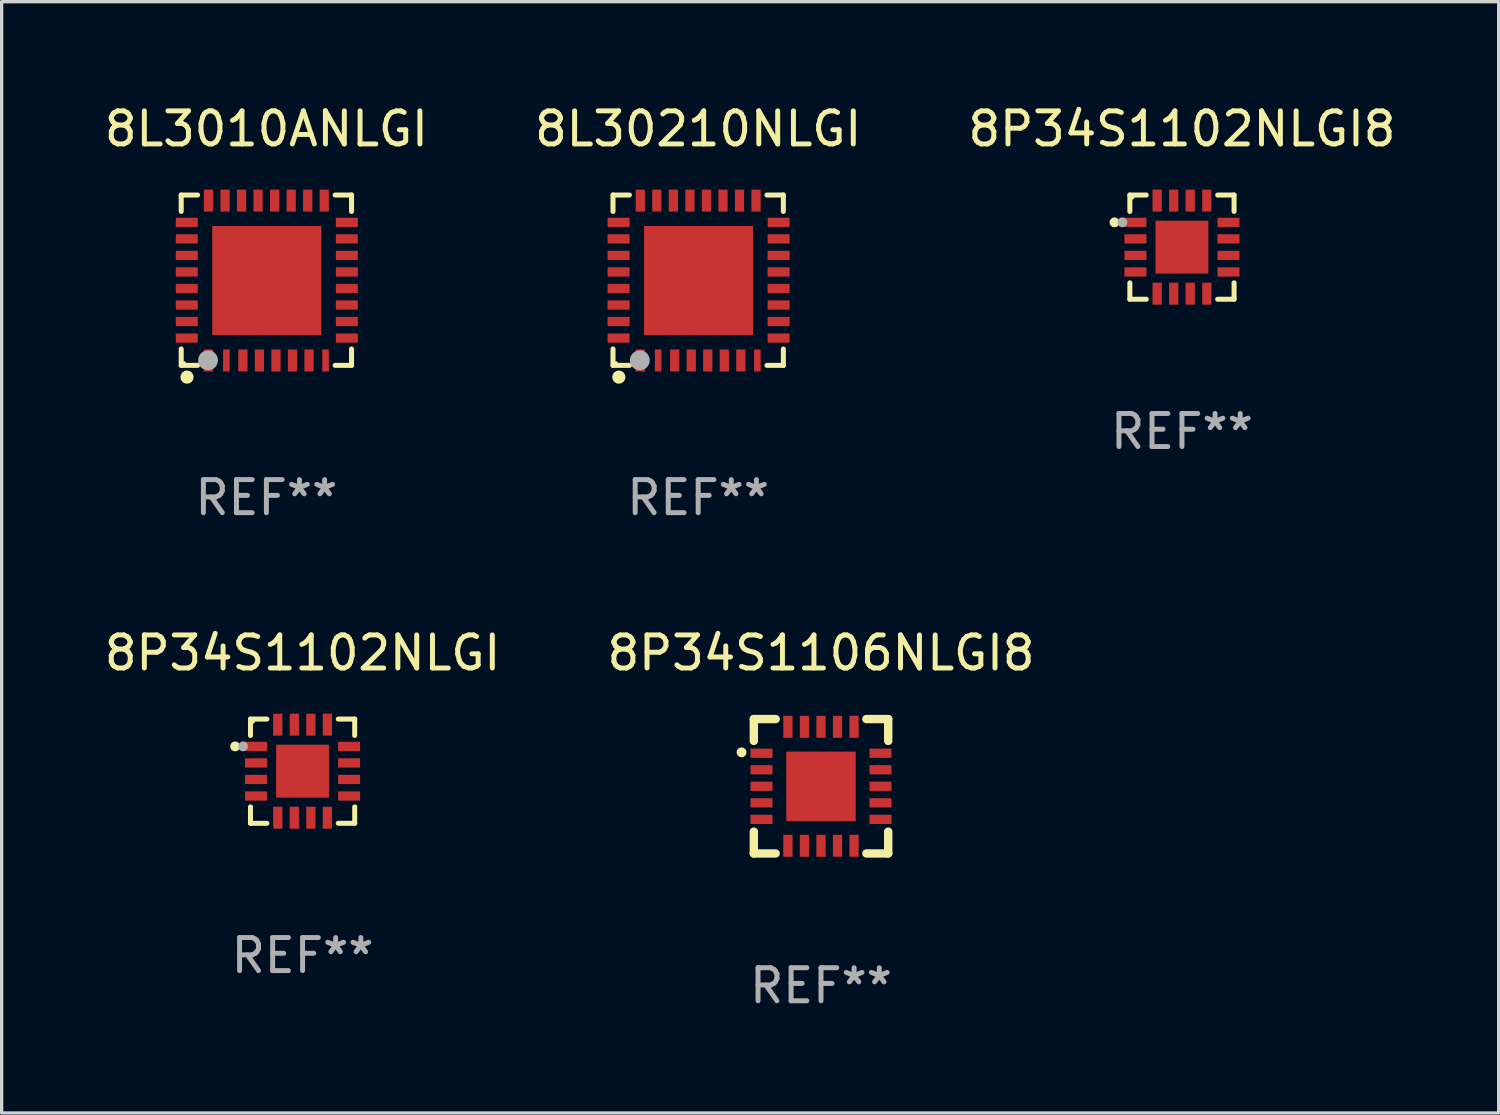
<source format=kicad_pcb>
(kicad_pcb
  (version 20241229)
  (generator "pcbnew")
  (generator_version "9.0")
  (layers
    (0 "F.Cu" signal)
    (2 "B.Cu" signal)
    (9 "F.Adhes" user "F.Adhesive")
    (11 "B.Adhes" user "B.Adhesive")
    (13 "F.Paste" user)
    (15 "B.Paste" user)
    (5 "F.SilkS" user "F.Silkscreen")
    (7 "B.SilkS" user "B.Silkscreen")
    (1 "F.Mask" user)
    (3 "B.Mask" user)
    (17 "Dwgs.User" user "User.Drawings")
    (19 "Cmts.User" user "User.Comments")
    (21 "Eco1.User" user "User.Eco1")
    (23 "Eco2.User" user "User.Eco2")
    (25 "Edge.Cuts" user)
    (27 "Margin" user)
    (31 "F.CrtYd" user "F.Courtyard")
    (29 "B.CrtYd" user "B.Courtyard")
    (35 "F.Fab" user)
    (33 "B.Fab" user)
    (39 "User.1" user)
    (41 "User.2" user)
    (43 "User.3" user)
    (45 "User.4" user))
  (footprint "8P34S1106NLGI8"
    (layer "F.Cu")
    (at 21.78 20.729)
    (property "Reference" "8P34S1106NLGI8" (at 0 -4.032 0) (layer "F.SilkS") (effects (font (size 1 1) (thickness 0.15))))
    (attr through_hole)
    (fp_line (start -2.032 -2.032) (end -1.372 -2.032) (stroke (width 0.254) (type solid)) (layer "F.SilkS"))
    (fp_line (start -2.032 -1.372) (end -2.032 -2.032) (stroke (width 0.254) (type solid)) (layer "F.SilkS"))
    (fp_line (start -2.032 2.032) (end -2.032 1.372) (stroke (width 0.254) (type solid)) (layer "F.SilkS"))
    (fp_line (start -1.372 2.032) (end -2.032 2.032) (stroke (width 0.254) (type solid)) (layer "F.SilkS"))
    (fp_line (start 1.372 -2.032) (end 2.032 -2.032) (stroke (width 0.254) (type solid)) (layer "F.SilkS"))
    (fp_line (start 2.032 -2.032) (end 2.032 -1.372) (stroke (width 0.254) (type solid)) (layer "F.SilkS"))
    (fp_line (start 2.032 1.372) (end 2.032 2.032) (stroke (width 0.254) (type solid)) (layer "F.SilkS"))
    (fp_line (start 2.032 2.032) (end 1.372 2.032) (stroke (width 0.254) (type solid)) (layer "F.SilkS"))
    (fp_circle (center -2.403 -1.026) (end -2.328 -1.026) (stroke (width 0.15) (type solid)) (fill no) (layer "F.SilkS"))
    (fp_text user "REF**" (at 0 6.032 0) (layer "F.Fab") (effects (font (size 1 1) (thickness 0.15))))
    (pad "1" smd rect (at -1.8 -0.999) (size 0.665 0.28) (layers "F.Cu" "F.Mask" "F.Paste"))
    (pad "2" smd rect (at -1.8 -0.499) (size 0.665 0.28) (layers "F.Cu" "F.Mask" "F.Paste"))
    (pad "3" smd rect (at -1.8 0.001) (size 0.665 0.28) (layers "F.Cu" "F.Mask" "F.Paste"))
    (pad "4" smd rect (at -1.8 0.501) (size 0.665 0.28) (layers "F.Cu" "F.Mask" "F.Paste"))
    (pad "5" smd rect (at -1.8 1.001) (size 0.665 0.28) (layers "F.Cu" "F.Mask" "F.Paste"))
    (pad "6" smd rect (at -1.001 1.8) (size 0.28 0.665) (layers "F.Cu" "F.Mask" "F.Paste"))
    (pad "7" smd rect (at -0.501 1.8) (size 0.28 0.665) (layers "F.Cu" "F.Mask" "F.Paste"))
    (pad "8" smd rect (at -0.001 1.8) (size 0.28 0.665) (layers "F.Cu" "F.Mask" "F.Paste"))
    (pad "9" smd rect (at 0.499 1.8) (size 0.28 0.665) (layers "F.Cu" "F.Mask" "F.Paste"))
    (pad "10" smd rect (at 0.999 1.8) (size 0.28 0.665) (layers "F.Cu" "F.Mask" "F.Paste"))
    (pad "11" smd rect (at 1.799 1.001) (size 0.665 0.28) (layers "F.Cu" "F.Mask" "F.Paste"))
    (pad "12" smd rect (at 1.799 0.501) (size 0.665 0.28) (layers "F.Cu" "F.Mask" "F.Paste"))
    (pad "13" smd rect (at 1.799 0.001) (size 0.665 0.28) (layers "F.Cu" "F.Mask" "F.Paste"))
    (pad "14" smd rect (at 1.799 -0.499) (size 0.665 0.28) (layers "F.Cu" "F.Mask" "F.Paste"))
    (pad "15" smd rect (at 1.799 -0.999) (size 0.665 0.28) (layers "F.Cu" "F.Mask" "F.Paste"))
    (pad "16" smd rect (at 0.999 -1.799) (size 0.28 0.665) (layers "F.Cu" "F.Mask" "F.Paste"))
    (pad "17" smd rect (at 0.499 -1.799) (size 0.28 0.665) (layers "F.Cu" "F.Mask" "F.Paste"))
    (pad "18" smd rect (at -0.001 -1.799) (size 0.28 0.665) (layers "F.Cu" "F.Mask" "F.Paste"))
    (pad "19" smd rect (at -0.501 -1.799) (size 0.28 0.665) (layers "F.Cu" "F.Mask" "F.Paste"))
    (pad "20" smd rect (at -1.001 -1.799) (size 0.28 0.665) (layers "F.Cu" "F.Mask" "F.Paste"))
    (pad "21" smd rect (at -0.001 0.001) (size 2.1 2.1) (layers "F.Cu" "F.Mask" "F.Paste")))
  (footprint "8L30210NLGI"
    (layer "F.Cu")
    (at 18.065 5.424)
    (property "Reference" "8L30210NLGI" (at 0 -4.576 0) (layer "F.SilkS") (effects (font (size 1 1) (thickness 0.15))))
    (attr through_hole)
    (fp_line (start -2.576 -2.576) (end -2.576 -2.08) (stroke (width 0.152) (type solid)) (layer "F.SilkS"))
    (fp_line (start -2.576 2.576) (end -2.576 2.08) (stroke (width 0.152) (type solid)) (layer "F.SilkS"))
    (fp_line (start -2.08 -2.576) (end -2.576 -2.576) (stroke (width 0.152) (type solid)) (layer "F.SilkS"))
    (fp_line (start -2.08 2.576) (end -2.576 2.576) (stroke (width 0.152) (type solid)) (layer "F.SilkS"))
    (fp_line (start 2.08 -2.576) (end 2.576 -2.576) (stroke (width 0.152) (type solid)) (layer "F.SilkS"))
    (fp_line (start 2.08 2.576) (end 2.576 2.576) (stroke (width 0.152) (type solid)) (layer "F.SilkS"))
    (fp_line (start 2.576 -2.576) (end 2.576 -2.08) (stroke (width 0.152) (type solid)) (layer "F.SilkS"))
    (fp_line (start 2.576 2.576) (end 2.576 2.08) (stroke (width 0.152) (type solid)) (layer "F.SilkS"))
    (fp_circle (center -2.487 2.51) (end -2.457 2.51) (stroke (width 0.06) (type solid)) (fill no) (layer "F.SilkS"))
    (fp_circle (center -2.4 2.931) (end -2.3 2.931) (stroke (width 0.2) (type solid)) (fill no) (layer "F.SilkS"))
    (fp_circle (center -1.765 2.423) (end -1.615 2.423) (stroke (width 0.3) (type solid)) (fill no) (layer "F.Fab"))
    (fp_text user "REF**" (at 0 6.576 0) (layer "F.Fab") (effects (font (size 1 1) (thickness 0.15))))
    (pad "1" smd rect (at -1.75 2.428) (size 0.28 0.665) (layers "F.Cu" "F.Mask" "F.Paste"))
    (pad "2" smd rect (at -1.21 2.428) (size 0.2 0.665) (layers "F.Cu" "F.Mask" "F.Paste"))
    (pad "3" smd rect (at -0.71 2.428) (size 0.28 0.665) (layers "F.Cu" "F.Mask" "F.Paste"))
    (pad "4" smd rect (at -0.21 2.428) (size 0.28 0.665) (layers "F.Cu" "F.Mask" "F.Paste"))
    (pad "5" smd rect (at 0.29 2.428) (size 0.28 0.665) (layers "F.Cu" "F.Mask" "F.Paste"))
    (pad "6" smd rect (at 0.79 2.428) (size 0.28 0.665) (layers "F.Cu" "F.Mask" "F.Paste"))
    (pad "7" smd rect (at 1.29 2.428) (size 0.28 0.665) (layers "F.Cu" "F.Mask" "F.Paste"))
    (pad "8" smd rect (at 1.79 2.428) (size 0.2 0.665) (layers "F.Cu" "F.Mask" "F.Paste"))
    (pad "9" smd rect (at 2.433 1.75) (size 0.665 0.28) (layers "F.Cu" "F.Mask" "F.Paste"))
    (pad "10" smd rect (at 2.433 1.25) (size 0.665 0.28) (layers "F.Cu" "F.Mask" "F.Paste"))
    (pad "11" smd rect (at 2.433 0.75) (size 0.665 0.28) (layers "F.Cu" "F.Mask" "F.Paste"))
    (pad "12" smd rect (at 2.433 0.25) (size 0.665 0.28) (layers "F.Cu" "F.Mask" "F.Paste"))
    (pad "13" smd rect (at 2.433 -0.25) (size 0.665 0.28) (layers "F.Cu" "F.Mask" "F.Paste"))
    (pad "14" smd rect (at 2.433 -0.75) (size 0.665 0.28) (layers "F.Cu" "F.Mask" "F.Paste"))
    (pad "15" smd rect (at 2.433 -1.25) (size 0.665 0.28) (layers "F.Cu" "F.Mask" "F.Paste"))
    (pad "16" smd rect (at 2.433 -1.75) (size 0.665 0.28) (layers "F.Cu" "F.Mask" "F.Paste"))
    (pad "17" smd rect (at 1.75 -2.407) (size 0.28 0.665) (layers "F.Cu" "F.Mask" "F.Paste"))
    (pad "18" smd rect (at 1.25 -2.407) (size 0.28 0.665) (layers "F.Cu" "F.Mask" "F.Paste"))
    (pad "19" smd rect (at 0.75 -2.407) (size 0.28 0.665) (layers "F.Cu" "F.Mask" "F.Paste"))
    (pad "20" smd rect (at 0.25 -2.407) (size 0.28 0.665) (layers "F.Cu" "F.Mask" "F.Paste"))
    (pad "21" smd rect (at -0.25 -2.407) (size 0.28 0.665) (layers "F.Cu" "F.Mask" "F.Paste"))
    (pad "22" smd rect (at -0.75 -2.407) (size 0.28 0.665) (layers "F.Cu" "F.Mask" "F.Paste"))
    (pad "23" smd rect (at -1.25 -2.407) (size 0.28 0.665) (layers "F.Cu" "F.Mask" "F.Paste"))
    (pad "24" smd rect (at -1.75 -2.407) (size 0.28 0.665) (layers "F.Cu" "F.Mask" "F.Paste"))
    (pad "25" smd rect (at -2.407 -1.75) (size 0.665 0.28) (layers "F.Cu" "F.Mask" "F.Paste"))
    (pad "26" smd rect (at -2.407 -1.25) (size 0.665 0.28) (layers "F.Cu" "F.Mask" "F.Paste"))
    (pad "27" smd rect (at -2.407 -0.75) (size 0.665 0.28) (layers "F.Cu" "F.Mask" "F.Paste"))
    (pad "28" smd rect (at -2.407 -0.25) (size 0.665 0.28) (layers "F.Cu" "F.Mask" "F.Paste"))
    (pad "29" smd rect (at -2.407 0.25) (size 0.665 0.28) (layers "F.Cu" "F.Mask" "F.Paste"))
    (pad "30" smd rect (at -2.407 0.75) (size 0.665 0.28) (layers "F.Cu" "F.Mask" "F.Paste"))
    (pad "31" smd rect (at -2.407 1.25) (size 0.665 0.28) (layers "F.Cu" "F.Mask" "F.Paste"))
    (pad "32" smd rect (at -2.407 1.75) (size 0.665 0.28) (layers "F.Cu" "F.Mask" "F.Paste"))
    (pad "33" smd rect (at 0.013 0.01) (size 3.3 3.3) (layers "F.Cu" "F.Mask" "F.Paste")))
  (footprint "8P34S1102NLGI"
    (layer "F.Cu")
    (at 6.101 20.273)
    (property "Reference" "8P34S1102NLGI" (at 0 -3.576 0) (layer "F.SilkS") (effects (font (size 1 1) (thickness 0.15))))
    (attr through_hole)
    (fp_line (start -1.576 -1.576) (end -1.576 -1.08) (stroke (width 0.152) (type solid)) (layer "F.SilkS"))
    (fp_line (start -1.576 1.576) (end -1.576 1.08) (stroke (width 0.152) (type solid)) (layer "F.SilkS"))
    (fp_line (start -1.08 -1.576) (end -1.576 -1.576) (stroke (width 0.152) (type solid)) (layer "F.SilkS"))
    (fp_line (start -1.08 1.576) (end -1.576 1.576) (stroke (width 0.152) (type solid)) (layer "F.SilkS"))
    (fp_line (start 1.08 -1.576) (end 1.576 -1.576) (stroke (width 0.152) (type solid)) (layer "F.SilkS"))
    (fp_line (start 1.08 1.576) (end 1.576 1.576) (stroke (width 0.152) (type solid)) (layer "F.SilkS"))
    (fp_line (start 1.576 -1.576) (end 1.576 -1.08) (stroke (width 0.152) (type solid)) (layer "F.SilkS"))
    (fp_line (start 1.576 1.576) (end 1.576 1.08) (stroke (width 0.152) (type solid)) (layer "F.SilkS"))
    (fp_circle (center -2.04 -0.75) (end -1.965 -0.75) (stroke (width 0.15) (type solid)) (fill no) (layer "F.SilkS"))
    (fp_circle (center -1.5 -1.5) (end -1.47 -1.5) (stroke (width 0.06) (type solid)) (fill no) (layer "F.SilkS"))
    (fp_circle (center -1.8 -0.75) (end -1.725 -0.75) (stroke (width 0.15) (type solid)) (fill no) (layer "F.Fab"))
    (fp_text user "REF**" (at 0 5.576 0) (layer "F.Fab") (effects (font (size 1 1) (thickness 0.15))))
    (pad "1" smd rect (at -1.407 -0.75 270) (size 0.28 0.665) (layers "F.Cu" "F.Mask" "F.Paste"))
    (pad "2" smd rect (at -1.407 -0.25 270) (size 0.28 0.665) (layers "F.Cu" "F.Mask" "F.Paste"))
    (pad "3" smd rect (at -1.407 0.25 270) (size 0.28 0.665) (layers "F.Cu" "F.Mask" "F.Paste"))
    (pad "4" smd rect (at -1.407 0.75 270) (size 0.28 0.665) (layers "F.Cu" "F.Mask" "F.Paste"))
    (pad "5" smd rect (at -0.75 1.407 270) (size 0.665 0.28) (layers "F.Cu" "F.Mask" "F.Paste"))
    (pad "6" smd rect (at -0.25 1.407 270) (size 0.665 0.28) (layers "F.Cu" "F.Mask" "F.Paste"))
    (pad "7" smd rect (at 0.25 1.407 270) (size 0.665 0.28) (layers "F.Cu" "F.Mask" "F.Paste"))
    (pad "8" smd rect (at 0.75 1.407 270) (size 0.665 0.28) (layers "F.Cu" "F.Mask" "F.Paste"))
    (pad "9" smd rect (at 1.407 0.75 270) (size 0.28 0.665) (layers "F.Cu" "F.Mask" "F.Paste"))
    (pad "10" smd rect (at 1.407 0.25 270) (size 0.28 0.665) (layers "F.Cu" "F.Mask" "F.Paste"))
    (pad "11" smd rect (at 1.407 -0.25 270) (size 0.28 0.665) (layers "F.Cu" "F.Mask" "F.Paste"))
    (pad "12" smd rect (at 1.407 -0.75 270) (size 0.28 0.665) (layers "F.Cu" "F.Mask" "F.Paste"))
    (pad "13" smd rect (at 0.75 -1.407 270) (size 0.665 0.28) (layers "F.Cu" "F.Mask" "F.Paste"))
    (pad "14" smd rect (at 0.25 -1.407 270) (size 0.665 0.28) (layers "F.Cu" "F.Mask" "F.Paste"))
    (pad "15" smd rect (at -0.25 -1.407 270) (size 0.665 0.28) (layers "F.Cu" "F.Mask" "F.Paste"))
    (pad "16" smd rect (at -0.75 -1.407 270) (size 0.665 0.28) (layers "F.Cu" "F.Mask" "F.Paste"))
    (pad "17" smd rect (at 0 0 270) (size 1.6 1.6) (layers "F.Cu" "F.Mask" "F.Paste")))
  (footprint "8P34S1102NLGI8"
    (layer "F.Cu")
    (at 32.696 4.424)
    (property "Reference" "8P34S1102NLGI8" (at 0 -3.576 0) (layer "F.SilkS") (effects (font (size 1 1) (thickness 0.15))))
    (attr through_hole)
    (fp_line (start -1.576 -1.576) (end -1.576 -1.08) (stroke (width 0.152) (type solid)) (layer "F.SilkS"))
    (fp_line (start -1.576 1.576) (end -1.576 1.08) (stroke (width 0.152) (type solid)) (layer "F.SilkS"))
    (fp_line (start -1.08 -1.576) (end -1.576 -1.576) (stroke (width 0.152) (type solid)) (layer "F.SilkS"))
    (fp_line (start -1.08 1.576) (end -1.576 1.576) (stroke (width 0.152) (type solid)) (layer "F.SilkS"))
    (fp_line (start 1.08 -1.576) (end 1.576 -1.576) (stroke (width 0.152) (type solid)) (layer "F.SilkS"))
    (fp_line (start 1.08 1.576) (end 1.576 1.576) (stroke (width 0.152) (type solid)) (layer "F.SilkS"))
    (fp_line (start 1.576 -1.576) (end 1.576 -1.08) (stroke (width 0.152) (type solid)) (layer "F.SilkS"))
    (fp_line (start 1.576 1.576) (end 1.576 1.08) (stroke (width 0.152) (type solid)) (layer "F.SilkS"))
    (fp_circle (center -2.04 -0.75) (end -1.965 -0.75) (stroke (width 0.15) (type solid)) (fill no) (layer "F.SilkS"))
    (fp_circle (center -1.5 -1.5) (end -1.47 -1.5) (stroke (width 0.06) (type solid)) (fill no) (layer "F.SilkS"))
    (fp_circle (center -1.8 -0.75) (end -1.725 -0.75) (stroke (width 0.15) (type solid)) (fill no) (layer "F.Fab"))
    (fp_text user "REF**" (at 0 5.576 0) (layer "F.Fab") (effects (font (size 1 1) (thickness 0.15))))
    (pad "1" smd rect (at -1.407 -0.75 270) (size 0.28 0.665) (layers "F.Cu" "F.Mask" "F.Paste"))
    (pad "2" smd rect (at -1.407 -0.25 270) (size 0.28 0.665) (layers "F.Cu" "F.Mask" "F.Paste"))
    (pad "3" smd rect (at -1.407 0.25 270) (size 0.28 0.665) (layers "F.Cu" "F.Mask" "F.Paste"))
    (pad "4" smd rect (at -1.407 0.75 270) (size 0.28 0.665) (layers "F.Cu" "F.Mask" "F.Paste"))
    (pad "5" smd rect (at -0.75 1.407 270) (size 0.665 0.28) (layers "F.Cu" "F.Mask" "F.Paste"))
    (pad "6" smd rect (at -0.25 1.407 270) (size 0.665 0.28) (layers "F.Cu" "F.Mask" "F.Paste"))
    (pad "7" smd rect (at 0.25 1.407 270) (size 0.665 0.28) (layers "F.Cu" "F.Mask" "F.Paste"))
    (pad "8" smd rect (at 0.75 1.407 270) (size 0.665 0.28) (layers "F.Cu" "F.Mask" "F.Paste"))
    (pad "9" smd rect (at 1.407 0.75 270) (size 0.28 0.665) (layers "F.Cu" "F.Mask" "F.Paste"))
    (pad "10" smd rect (at 1.407 0.25 270) (size 0.28 0.665) (layers "F.Cu" "F.Mask" "F.Paste"))
    (pad "11" smd rect (at 1.407 -0.25 270) (size 0.28 0.665) (layers "F.Cu" "F.Mask" "F.Paste"))
    (pad "12" smd rect (at 1.407 -0.75 270) (size 0.28 0.665) (layers "F.Cu" "F.Mask" "F.Paste"))
    (pad "13" smd rect (at 0.75 -1.407 270) (size 0.665 0.28) (layers "F.Cu" "F.Mask" "F.Paste"))
    (pad "14" smd rect (at 0.25 -1.407 270) (size 0.665 0.28) (layers "F.Cu" "F.Mask" "F.Paste"))
    (pad "15" smd rect (at -0.25 -1.407 270) (size 0.665 0.28) (layers "F.Cu" "F.Mask" "F.Paste"))
    (pad "16" smd rect (at -0.75 -1.407 270) (size 0.665 0.28) (layers "F.Cu" "F.Mask" "F.Paste"))
    (pad "17" smd rect (at 0 0 270) (size 1.6 1.6) (layers "F.Cu" "F.Mask" "F.Paste")))
  (footprint "8L3010ANLGI"
    (layer "F.Cu")
    (at 5.006 5.424)
    (property "Reference" "8L3010ANLGI" (at 0 -4.576 0) (layer "F.SilkS") (effects (font (size 1 1) (thickness 0.15))))
    (attr through_hole)
    (fp_line (start -2.576 -2.576) (end -2.576 -2.08) (stroke (width 0.152) (type solid)) (layer "F.SilkS"))
    (fp_line (start -2.576 2.576) (end -2.576 2.08) (stroke (width 0.152) (type solid)) (layer "F.SilkS"))
    (fp_line (start -2.08 -2.576) (end -2.576 -2.576) (stroke (width 0.152) (type solid)) (layer "F.SilkS"))
    (fp_line (start -2.08 2.576) (end -2.576 2.576) (stroke (width 0.152) (type solid)) (layer "F.SilkS"))
    (fp_line (start 2.08 -2.576) (end 2.576 -2.576) (stroke (width 0.152) (type solid)) (layer "F.SilkS"))
    (fp_line (start 2.08 2.576) (end 2.576 2.576) (stroke (width 0.152) (type solid)) (layer "F.SilkS"))
    (fp_line (start 2.576 -2.576) (end 2.576 -2.08) (stroke (width 0.152) (type solid)) (layer "F.SilkS"))
    (fp_line (start 2.576 2.576) (end 2.576 2.08) (stroke (width 0.152) (type solid)) (layer "F.SilkS"))
    (fp_circle (center -2.487 2.51) (end -2.457 2.51) (stroke (width 0.06) (type solid)) (fill no) (layer "F.SilkS"))
    (fp_circle (center -2.4 2.931) (end -2.3 2.931) (stroke (width 0.2) (type solid)) (fill no) (layer "F.SilkS"))
    (fp_circle (center -1.765 2.423) (end -1.615 2.423) (stroke (width 0.3) (type solid)) (fill no) (layer "F.Fab"))
    (fp_text user "REF**" (at 0 6.576 0) (layer "F.Fab") (effects (font (size 1 1) (thickness 0.15))))
    (pad "1" smd rect (at -1.75 2.428) (size 0.28 0.665) (layers "F.Cu" "F.Mask" "F.Paste"))
    (pad "2" smd rect (at -1.21 2.428) (size 0.2 0.665) (layers "F.Cu" "F.Mask" "F.Paste"))
    (pad "3" smd rect (at -0.71 2.428) (size 0.28 0.665) (layers "F.Cu" "F.Mask" "F.Paste"))
    (pad "4" smd rect (at -0.21 2.428) (size 0.28 0.665) (layers "F.Cu" "F.Mask" "F.Paste"))
    (pad "5" smd rect (at 0.29 2.428) (size 0.28 0.665) (layers "F.Cu" "F.Mask" "F.Paste"))
    (pad "6" smd rect (at 0.79 2.428) (size 0.28 0.665) (layers "F.Cu" "F.Mask" "F.Paste"))
    (pad "7" smd rect (at 1.29 2.428) (size 0.28 0.665) (layers "F.Cu" "F.Mask" "F.Paste"))
    (pad "8" smd rect (at 1.79 2.428) (size 0.2 0.665) (layers "F.Cu" "F.Mask" "F.Paste"))
    (pad "9" smd rect (at 2.433 1.75) (size 0.665 0.28) (layers "F.Cu" "F.Mask" "F.Paste"))
    (pad "10" smd rect (at 2.433 1.25) (size 0.665 0.28) (layers "F.Cu" "F.Mask" "F.Paste"))
    (pad "11" smd rect (at 2.433 0.75) (size 0.665 0.28) (layers "F.Cu" "F.Mask" "F.Paste"))
    (pad "12" smd rect (at 2.433 0.25) (size 0.665 0.28) (layers "F.Cu" "F.Mask" "F.Paste"))
    (pad "13" smd rect (at 2.433 -0.25) (size 0.665 0.28) (layers "F.Cu" "F.Mask" "F.Paste"))
    (pad "14" smd rect (at 2.433 -0.75) (size 0.665 0.28) (layers "F.Cu" "F.Mask" "F.Paste"))
    (pad "15" smd rect (at 2.433 -1.25) (size 0.665 0.28) (layers "F.Cu" "F.Mask" "F.Paste"))
    (pad "16" smd rect (at 2.433 -1.75) (size 0.665 0.28) (layers "F.Cu" "F.Mask" "F.Paste"))
    (pad "17" smd rect (at 1.75 -2.407) (size 0.28 0.665) (layers "F.Cu" "F.Mask" "F.Paste"))
    (pad "18" smd rect (at 1.25 -2.407) (size 0.28 0.665) (layers "F.Cu" "F.Mask" "F.Paste"))
    (pad "19" smd rect (at 0.75 -2.407) (size 0.28 0.665) (layers "F.Cu" "F.Mask" "F.Paste"))
    (pad "20" smd rect (at 0.25 -2.407) (size 0.28 0.665) (layers "F.Cu" "F.Mask" "F.Paste"))
    (pad "21" smd rect (at -0.25 -2.407) (size 0.28 0.665) (layers "F.Cu" "F.Mask" "F.Paste"))
    (pad "22" smd rect (at -0.75 -2.407) (size 0.28 0.665) (layers "F.Cu" "F.Mask" "F.Paste"))
    (pad "23" smd rect (at -1.25 -2.407) (size 0.28 0.665) (layers "F.Cu" "F.Mask" "F.Paste"))
    (pad "24" smd rect (at -1.75 -2.407) (size 0.28 0.665) (layers "F.Cu" "F.Mask" "F.Paste"))
    (pad "25" smd rect (at -2.407 -1.75) (size 0.665 0.28) (layers "F.Cu" "F.Mask" "F.Paste"))
    (pad "26" smd rect (at -2.407 -1.25) (size 0.665 0.28) (layers "F.Cu" "F.Mask" "F.Paste"))
    (pad "27" smd rect (at -2.407 -0.75) (size 0.665 0.28) (layers "F.Cu" "F.Mask" "F.Paste"))
    (pad "28" smd rect (at -2.407 -0.25) (size 0.665 0.28) (layers "F.Cu" "F.Mask" "F.Paste"))
    (pad "29" smd rect (at -2.407 0.25) (size 0.665 0.28) (layers "F.Cu" "F.Mask" "F.Paste"))
    (pad "30" smd rect (at -2.407 0.75) (size 0.665 0.28) (layers "F.Cu" "F.Mask" "F.Paste"))
    (pad "31" smd rect (at -2.407 1.25) (size 0.665 0.28) (layers "F.Cu" "F.Mask" "F.Paste"))
    (pad "32" smd rect (at -2.407 1.75) (size 0.665 0.28) (layers "F.Cu" "F.Mask" "F.Paste"))
    (pad "33" smd rect (at 0.013 0.01) (size 3.3 3.3) (layers "F.Cu" "F.Mask" "F.Paste")))
  (gr_rect
    (start -3 -3)
    (end 42.274 30.609)
    (stroke (width 0.1) (type default))
    (fill no)
    (layer "Edge.Cuts")))
</source>
